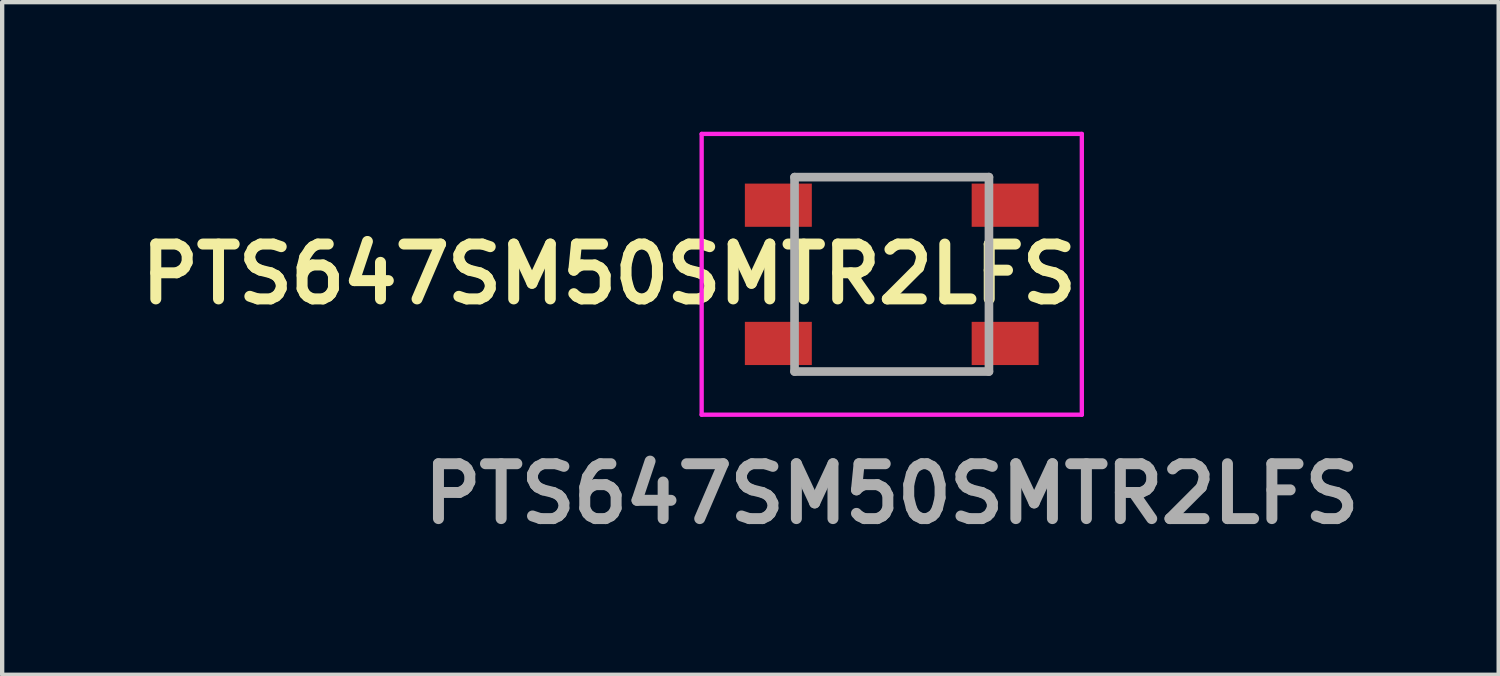
<source format=kicad_pcb>
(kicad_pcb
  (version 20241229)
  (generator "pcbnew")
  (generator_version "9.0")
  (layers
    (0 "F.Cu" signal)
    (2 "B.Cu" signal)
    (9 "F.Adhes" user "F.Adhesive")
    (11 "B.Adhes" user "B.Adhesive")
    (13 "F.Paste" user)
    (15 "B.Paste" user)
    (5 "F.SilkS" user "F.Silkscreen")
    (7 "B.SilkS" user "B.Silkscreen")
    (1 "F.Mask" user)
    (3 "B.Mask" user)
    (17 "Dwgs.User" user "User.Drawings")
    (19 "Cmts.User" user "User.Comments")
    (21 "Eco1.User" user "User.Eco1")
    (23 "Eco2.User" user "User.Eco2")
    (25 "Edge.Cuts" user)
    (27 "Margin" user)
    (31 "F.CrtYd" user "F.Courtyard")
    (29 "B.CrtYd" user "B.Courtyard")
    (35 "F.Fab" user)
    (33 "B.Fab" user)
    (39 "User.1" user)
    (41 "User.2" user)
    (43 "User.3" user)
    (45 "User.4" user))
  (footprint "PTS647SM50SMTR2LFS"
    (layer "F.Cu")
    (at 17.592 3.3)
    (property "Reference" "PTS647SM50SMTR2LFS" (at -6.543 -0.005 0) (layer "F.SilkS") (effects (font (size 1.27 1.27) (thickness 0.254))))
    (attr smd)
    (fp_line (start -2.25 -0.5) (end -2.25 0.5) (stroke (width 0.1) (type solid)) (layer "F.SilkS"))
    (fp_line (start -1.5 -2.25) (end 1.5 -2.25) (stroke (width 0.1) (type solid)) (layer "F.SilkS"))
    (fp_line (start -1.5 2.25) (end 1.5 2.25) (stroke (width 0.1) (type solid)) (layer "F.SilkS"))
    (fp_line (start 2.25 -0.5) (end 2.25 0.5) (stroke (width 0.1) (type solid)) (layer "F.SilkS"))
    (fp_line (start -4.4 -3.25) (end 4.4 -3.25) (stroke (width 0.1) (type solid)) (layer "F.CrtYd"))
    (fp_line (start -4.4 3.25) (end -4.4 -3.25) (stroke (width 0.1) (type solid)) (layer "F.CrtYd"))
    (fp_line (start 4.4 -3.25) (end 4.4 3.25) (stroke (width 0.1) (type solid)) (layer "F.CrtYd"))
    (fp_line (start 4.4 3.25) (end -4.4 3.25) (stroke (width 0.1) (type solid)) (layer "F.CrtYd"))
    (fp_line (start -2.25 -2.25) (end 2.25 -2.25) (stroke (width 0.2) (type solid)) (layer "F.Fab"))
    (fp_line (start -2.25 2.25) (end -2.25 -2.25) (stroke (width 0.2) (type solid)) (layer "F.Fab"))
    (fp_line (start 2.25 -2.25) (end 2.25 2.25) (stroke (width 0.2) (type solid)) (layer "F.Fab"))
    (fp_line (start 2.25 2.25) (end -2.25 2.25) (stroke (width 0.2) (type solid)) (layer "F.Fab"))
    (fp_text user "${REFERENCE}" (at 0 5.08 0) (layer "F.Fab") (effects (font (size 1.27 1.27) (thickness 0.254))))
    (pad "1" smd rect (at -2.625 -1.6 90) (size 1 1.55) (layers "F.Cu" "F.Mask" "F.Paste"))
    (pad "2" smd rect (at -2.625 1.6 90) (size 1 1.55) (layers "F.Cu" "F.Mask" "F.Paste"))
    (pad "3" smd rect (at 2.625 1.6 90) (size 1 1.55) (layers "F.Cu" "F.Mask" "F.Paste"))
    (pad "4" smd rect (at 2.625 -1.6 90) (size 1 1.55) (layers "F.Cu" "F.Mask" "F.Paste")))
  (gr_rect
    (start -3 -3)
    (end 31.641 12.569)
    (stroke (width 0.1) (type default))
    (fill no)
    (layer "Edge.Cuts")))
</source>
